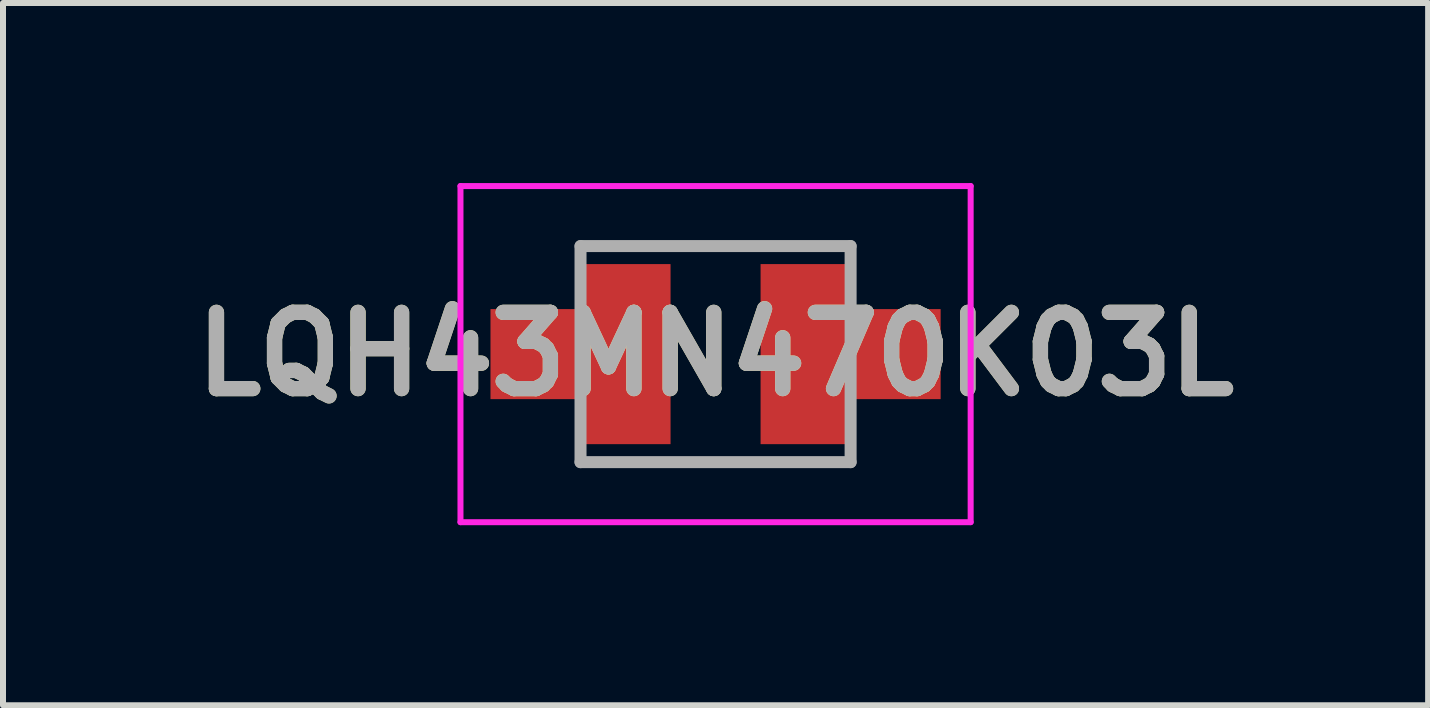
<source format=kicad_pcb>
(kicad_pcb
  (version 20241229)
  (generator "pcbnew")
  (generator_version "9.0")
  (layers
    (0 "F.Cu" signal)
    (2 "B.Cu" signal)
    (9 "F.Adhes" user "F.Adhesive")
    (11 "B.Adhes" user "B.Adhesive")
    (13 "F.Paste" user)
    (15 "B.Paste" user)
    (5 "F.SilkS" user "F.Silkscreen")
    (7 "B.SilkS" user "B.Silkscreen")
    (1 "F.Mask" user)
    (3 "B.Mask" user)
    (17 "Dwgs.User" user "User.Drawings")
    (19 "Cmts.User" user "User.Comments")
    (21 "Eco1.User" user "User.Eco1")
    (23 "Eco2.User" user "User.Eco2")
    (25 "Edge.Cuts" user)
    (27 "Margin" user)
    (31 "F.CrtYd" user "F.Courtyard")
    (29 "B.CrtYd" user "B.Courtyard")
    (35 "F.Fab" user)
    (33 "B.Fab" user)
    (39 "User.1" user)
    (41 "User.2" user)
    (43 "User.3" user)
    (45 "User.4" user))
  (footprint "LQH43MN470K03L"
    (layer "F.Cu")
    (at 8.872 2.85)
    (property "Reference" "LQH43MN470K03L" (at 0 0 0) (layer "F.SilkS") (effects (font (size 1.27 1.27) (thickness 0.254))))
    (attr smd)
    (fp_line (start -2.25 -1.8) (end 2.25 -1.8) (stroke (width 0.1) (type solid)) (layer "F.SilkS"))
    (fp_line (start -2.25 1.8) (end 2.25 1.8) (stroke (width 0.1) (type solid)) (layer "F.SilkS"))
    (fp_line (start -4.25 -2.8) (end 4.25 -2.8) (stroke (width 0.1) (type solid)) (layer "F.CrtYd"))
    (fp_line (start -4.25 2.8) (end -4.25 -2.8) (stroke (width 0.1) (type solid)) (layer "F.CrtYd"))
    (fp_line (start 4.25 -2.8) (end 4.25 2.8) (stroke (width 0.1) (type solid)) (layer "F.CrtYd"))
    (fp_line (start 4.25 2.8) (end -4.25 2.8) (stroke (width 0.1) (type solid)) (layer "F.CrtYd"))
    (fp_line (start -2.25 -1.8) (end 2.25 -1.8) (stroke (width 0.2) (type solid)) (layer "F.Fab"))
    (fp_line (start -2.25 1.8) (end -2.25 -1.8) (stroke (width 0.2) (type solid)) (layer "F.Fab"))
    (fp_line (start 2.25 -1.8) (end 2.25 1.8) (stroke (width 0.2) (type solid)) (layer "F.Fab"))
    (fp_line (start 2.25 1.8) (end -2.25 1.8) (stroke (width 0.2) (type solid)) (layer "F.Fab"))
    (fp_text user "${REFERENCE}" (at 0 0 0) (layer "F.Fab") (effects (font (size 1.27 1.27) (thickness 0.254))))
    (pad "1" smd rect (at -1.5 0) (size 1.5 3) (layers "F.Cu" "F.Mask" "F.Paste"))
    (pad "2" smd rect (at 1.5 0) (size 1.5 3) (layers "F.Cu" "F.Mask" "F.Paste"))
    (pad "3" smd rect (at -3 0 90) (size 1.5 1.5) (layers "F.Cu" "F.Mask" "F.Paste"))
    (pad "4" smd rect (at 3 0 90) (size 1.5 1.5) (layers "F.Cu" "F.Mask" "F.Paste")))
  (gr_rect
    (start -3 -3)
    (end 20.744 8.7)
    (stroke (width 0.1) (type default))
    (fill no)
    (layer "Edge.Cuts")))
</source>
